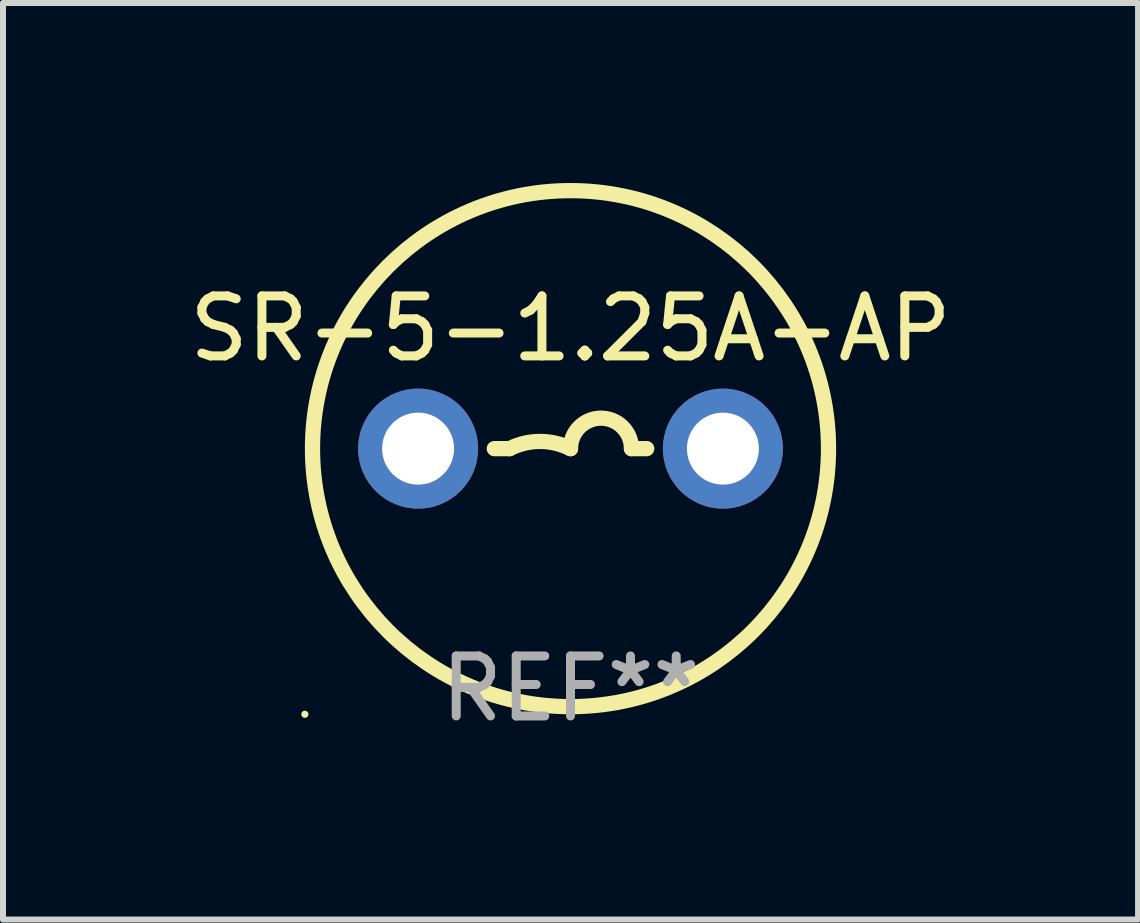
<source format=kicad_pcb>
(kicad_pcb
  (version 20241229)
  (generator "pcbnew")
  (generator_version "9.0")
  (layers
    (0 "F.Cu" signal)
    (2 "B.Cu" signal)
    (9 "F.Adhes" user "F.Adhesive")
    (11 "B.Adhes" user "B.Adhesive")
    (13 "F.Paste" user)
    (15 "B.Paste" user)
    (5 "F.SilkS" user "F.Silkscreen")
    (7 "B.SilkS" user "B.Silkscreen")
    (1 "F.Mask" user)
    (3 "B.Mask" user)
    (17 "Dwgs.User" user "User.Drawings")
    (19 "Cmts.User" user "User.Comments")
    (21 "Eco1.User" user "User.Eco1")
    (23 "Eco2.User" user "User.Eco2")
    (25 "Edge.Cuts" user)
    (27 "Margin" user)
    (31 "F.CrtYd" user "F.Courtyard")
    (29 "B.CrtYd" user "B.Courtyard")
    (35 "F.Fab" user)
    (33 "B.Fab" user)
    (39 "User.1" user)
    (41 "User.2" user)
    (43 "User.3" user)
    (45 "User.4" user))
  (footprint "SR-5-1.25A-AP"
    (layer "F.Cu")
    (at 6.458 4.427)
    (property "Reference" "SR-5-1.25A-AP" (at 0 -2 0) (layer "F.SilkS") (effects (font (size 1 1) (thickness 0.15))))
    (attr through_hole)
    (fp_line (start -1.016 0) (end -1.27 0) (stroke (width 0.254) (type solid)) (layer "F.SilkS"))
    (fp_line (start 1.016 0) (end 1.27 0) (stroke (width 0.254) (type solid)) (layer "F.SilkS"))
    (fp_arc (start -1.016002 0) (mid -0.508001 -0.119923) (end 0 0) (stroke (width 0.254001) (type solid)) (layer "F.SilkS"))
    (fp_arc (start 0 0) (mid 0.508001 -0.508001) (end 1.016002 0) (stroke (width 0.254001) (type solid)) (layer "F.SilkS"))
    (fp_circle (center -4.427 4.427) (end -4.397 4.427) (stroke (width 0.06) (type solid)) (fill no) (layer "F.SilkS"))
    (fp_circle (center 0 0) (end 4.3 0) (stroke (width 0.254) (type solid)) (fill no) (layer "F.SilkS"))
    (fp_text user "REF**" (at 0 4 0) (layer "F.Fab") (effects (font (size 1 1) (thickness 0.15))))
    (pad "1" thru_hole circle (at -2.54 0) (size 2 2) (drill 1.2) (layers "*.Cu" "*.Mask"))
    (pad "2" thru_hole circle (at 2.54 0) (size 2 2) (drill 1.2) (layers "*.Cu" "*.Mask")))
  (gr_rect
    (start -3 -3)
    (end 15.917 12.275)
    (stroke (width 0.1) (type default))
    (fill no)
    (layer "Edge.Cuts")))
</source>
